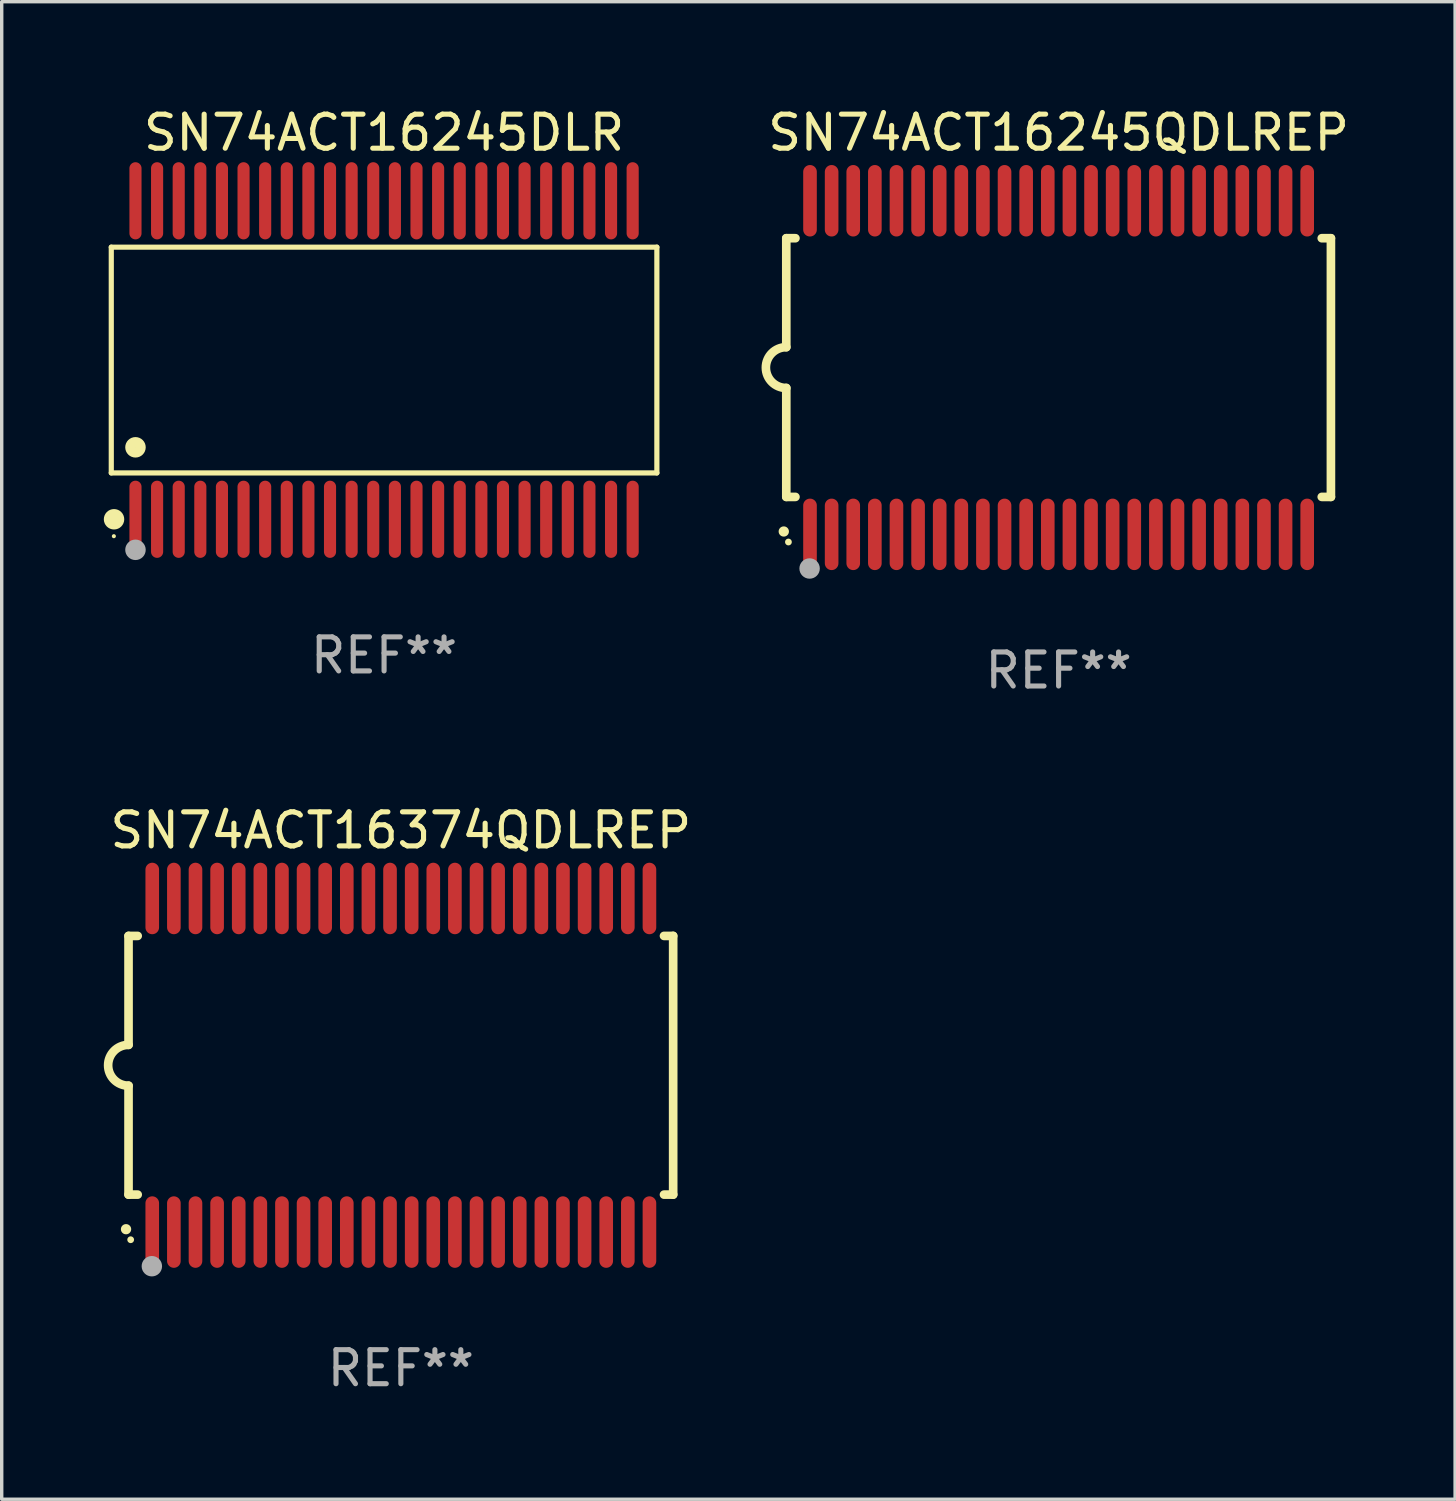
<source format=kicad_pcb>
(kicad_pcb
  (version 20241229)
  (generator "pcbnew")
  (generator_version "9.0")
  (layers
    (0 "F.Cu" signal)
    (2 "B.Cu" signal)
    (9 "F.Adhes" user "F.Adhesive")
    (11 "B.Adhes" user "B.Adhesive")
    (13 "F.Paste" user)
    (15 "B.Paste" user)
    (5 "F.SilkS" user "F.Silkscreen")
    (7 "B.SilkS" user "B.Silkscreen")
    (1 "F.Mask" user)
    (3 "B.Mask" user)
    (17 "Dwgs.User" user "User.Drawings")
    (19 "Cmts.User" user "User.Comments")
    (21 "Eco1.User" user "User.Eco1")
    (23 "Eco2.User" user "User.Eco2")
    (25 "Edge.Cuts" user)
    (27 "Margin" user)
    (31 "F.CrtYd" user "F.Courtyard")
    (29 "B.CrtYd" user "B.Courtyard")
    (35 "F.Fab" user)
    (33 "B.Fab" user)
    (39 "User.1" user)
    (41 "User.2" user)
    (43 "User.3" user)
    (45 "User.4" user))
  (footprint "SN74ACT16245DLR"
    (layer "F.Cu")
    (at 8.233 7.527)
    (property "Reference" "SN74ACT16245DLR" (at 0 -6.678 0) (layer "F.SilkS") (effects (font (size 1 1) (thickness 0.15))))
    (attr through_hole)
    (fp_line (start -8.014 -3.316) (end 8.014 -3.316) (stroke (width 0.152) (type solid)) (layer "F.SilkS"))
    (fp_line (start -8.014 3.316) (end -8.014 -3.316) (stroke (width 0.152) (type solid)) (layer "F.SilkS"))
    (fp_line (start 8.014 -3.316) (end 8.014 3.316) (stroke (width 0.152) (type solid)) (layer "F.SilkS"))
    (fp_line (start 8.014 3.316) (end -8.014 3.316) (stroke (width 0.152) (type solid)) (layer "F.SilkS"))
    (fp_circle (center -7.938 5.175) (end -7.908 5.175) (stroke (width 0.06) (type solid)) (fill no) (layer "F.SilkS"))
    (fp_circle (center -7.933 4.678) (end -7.783 4.678) (stroke (width 0.3) (type solid)) (fill no) (layer "F.SilkS"))
    (fp_circle (center -7.303 2.564) (end -7.152 2.564) (stroke (width 0.3) (type solid)) (fill no) (layer "F.SilkS"))
    (fp_circle (center -7.303 5.575) (end -7.152 5.575) (stroke (width 0.3) (type solid)) (fill no) (layer "F.Fab"))
    (fp_text user "REF**" (at 0 8.678 0) (layer "F.Fab") (effects (font (size 1 1) (thickness 0.15))))
    (pad "1" smd oval (at -7.303 4.678) (size 0.356 2.267) (layers "F.Cu" "F.Mask" "F.Paste"))
    (pad "2" smd oval (at -6.668 4.678) (size 0.356 2.267) (layers "F.Cu" "F.Mask" "F.Paste"))
    (pad "3" smd oval (at -6.033 4.678) (size 0.356 2.267) (layers "F.Cu" "F.Mask" "F.Paste"))
    (pad "4" smd oval (at -5.398 4.678) (size 0.356 2.267) (layers "F.Cu" "F.Mask" "F.Paste"))
    (pad "5" smd oval (at -4.763 4.678) (size 0.356 2.267) (layers "F.Cu" "F.Mask" "F.Paste"))
    (pad "6" smd oval (at -4.128 4.678) (size 0.356 2.267) (layers "F.Cu" "F.Mask" "F.Paste"))
    (pad "7" smd oval (at -3.493 4.678) (size 0.356 2.267) (layers "F.Cu" "F.Mask" "F.Paste"))
    (pad "8" smd oval (at -2.858 4.678) (size 0.356 2.267) (layers "F.Cu" "F.Mask" "F.Paste"))
    (pad "9" smd oval (at -2.223 4.678) (size 0.356 2.267) (layers "F.Cu" "F.Mask" "F.Paste"))
    (pad "10" smd oval (at -1.588 4.678) (size 0.356 2.267) (layers "F.Cu" "F.Mask" "F.Paste"))
    (pad "11" smd oval (at -0.953 4.678) (size 0.356 2.267) (layers "F.Cu" "F.Mask" "F.Paste"))
    (pad "12" smd oval (at -0.318 4.678) (size 0.356 2.267) (layers "F.Cu" "F.Mask" "F.Paste"))
    (pad "13" smd oval (at 0.318 4.678) (size 0.356 2.267) (layers "F.Cu" "F.Mask" "F.Paste"))
    (pad "14" smd oval (at 0.953 4.678) (size 0.356 2.267) (layers "F.Cu" "F.Mask" "F.Paste"))
    (pad "15" smd oval (at 1.588 4.678) (size 0.356 2.267) (layers "F.Cu" "F.Mask" "F.Paste"))
    (pad "16" smd oval (at 2.223 4.678) (size 0.356 2.267) (layers "F.Cu" "F.Mask" "F.Paste"))
    (pad "17" smd oval (at 2.858 4.678) (size 0.356 2.267) (layers "F.Cu" "F.Mask" "F.Paste"))
    (pad "18" smd oval (at 3.493 4.678) (size 0.356 2.267) (layers "F.Cu" "F.Mask" "F.Paste"))
    (pad "19" smd oval (at 4.128 4.678) (size 0.356 2.267) (layers "F.Cu" "F.Mask" "F.Paste"))
    (pad "20" smd oval (at 4.763 4.678) (size 0.356 2.267) (layers "F.Cu" "F.Mask" "F.Paste"))
    (pad "21" smd oval (at 5.398 4.678) (size 0.356 2.267) (layers "F.Cu" "F.Mask" "F.Paste"))
    (pad "22" smd oval (at 6.033 4.678) (size 0.356 2.267) (layers "F.Cu" "F.Mask" "F.Paste"))
    (pad "23" smd oval (at 6.668 4.678) (size 0.356 2.267) (layers "F.Cu" "F.Mask" "F.Paste"))
    (pad "24" smd oval (at 7.303 4.678) (size 0.356 2.267) (layers "F.Cu" "F.Mask" "F.Paste"))
    (pad "25" smd oval (at 7.303 -4.678) (size 0.356 2.267) (layers "F.Cu" "F.Mask" "F.Paste"))
    (pad "26" smd oval (at 6.668 -4.678) (size 0.356 2.267) (layers "F.Cu" "F.Mask" "F.Paste"))
    (pad "27" smd oval (at 6.033 -4.678) (size 0.356 2.267) (layers "F.Cu" "F.Mask" "F.Paste"))
    (pad "28" smd oval (at 5.398 -4.678) (size 0.356 2.267) (layers "F.Cu" "F.Mask" "F.Paste"))
    (pad "29" smd oval (at 4.763 -4.678) (size 0.356 2.267) (layers "F.Cu" "F.Mask" "F.Paste"))
    (pad "30" smd oval (at 4.128 -4.678) (size 0.356 2.267) (layers "F.Cu" "F.Mask" "F.Paste"))
    (pad "31" smd oval (at 3.493 -4.678) (size 0.356 2.267) (layers "F.Cu" "F.Mask" "F.Paste"))
    (pad "32" smd oval (at 2.858 -4.678) (size 0.356 2.267) (layers "F.Cu" "F.Mask" "F.Paste"))
    (pad "33" smd oval (at 2.223 -4.678) (size 0.356 2.267) (layers "F.Cu" "F.Mask" "F.Paste"))
    (pad "34" smd oval (at 1.588 -4.678) (size 0.356 2.267) (layers "F.Cu" "F.Mask" "F.Paste"))
    (pad "35" smd oval (at 0.953 -4.678) (size 0.356 2.267) (layers "F.Cu" "F.Mask" "F.Paste"))
    (pad "36" smd oval (at 0.318 -4.678) (size 0.356 2.267) (layers "F.Cu" "F.Mask" "F.Paste"))
    (pad "37" smd oval (at -0.318 -4.678) (size 0.356 2.267) (layers "F.Cu" "F.Mask" "F.Paste"))
    (pad "38" smd oval (at -0.953 -4.678) (size 0.356 2.267) (layers "F.Cu" "F.Mask" "F.Paste"))
    (pad "39" smd oval (at -1.588 -4.678) (size 0.356 2.267) (layers "F.Cu" "F.Mask" "F.Paste"))
    (pad "40" smd oval (at -2.223 -4.678) (size 0.356 2.267) (layers "F.Cu" "F.Mask" "F.Paste"))
    (pad "41" smd oval (at -2.858 -4.678) (size 0.356 2.267) (layers "F.Cu" "F.Mask" "F.Paste"))
    (pad "42" smd oval (at -3.493 -4.678) (size 0.356 2.267) (layers "F.Cu" "F.Mask" "F.Paste"))
    (pad "43" smd oval (at -4.128 -4.678) (size 0.356 2.267) (layers "F.Cu" "F.Mask" "F.Paste"))
    (pad "44" smd oval (at -4.763 -4.678) (size 0.356 2.267) (layers "F.Cu" "F.Mask" "F.Paste"))
    (pad "45" smd oval (at -5.398 -4.678) (size 0.356 2.267) (layers "F.Cu" "F.Mask" "F.Paste"))
    (pad "46" smd oval (at -6.033 -4.678) (size 0.356 2.267) (layers "F.Cu" "F.Mask" "F.Paste"))
    (pad "47" smd oval (at -6.668 -4.678) (size 0.356 2.267) (layers "F.Cu" "F.Mask" "F.Paste"))
    (pad "48" smd oval (at -7.303 -4.678) (size 0.356 2.267) (layers "F.Cu" "F.Mask" "F.Paste")))
  (footprint "SN74ACT16245QDLREP"
    (layer "F.Cu")
    (at 28.049 7.748)
    (property "Reference" "SN74ACT16245QDLREP" (at 0 -6.9 0) (layer "F.SilkS") (effects (font (size 1 1) (thickness 0.15))))
    (attr through_hole)
    (fp_line (start -8 -3.8) (end -8 -0.599) (stroke (width 0.254) (type solid)) (layer "F.SilkS"))
    (fp_line (start -8 -3.8) (end -7.731 -3.8) (stroke (width 0.254) (type solid)) (layer "F.SilkS"))
    (fp_line (start -8 3.8) (end -8 0.599) (stroke (width 0.254) (type solid)) (layer "F.SilkS"))
    (fp_line (start -7.731 3.8) (end -8 3.8) (stroke (width 0.254) (type solid)) (layer "F.SilkS"))
    (fp_line (start 7.731 -3.8) (end 8 -3.8) (stroke (width 0.254) (type solid)) (layer "F.SilkS"))
    (fp_line (start 8 -3.8) (end 8 3.8) (stroke (width 0.254) (type solid)) (layer "F.SilkS"))
    (fp_line (start 8 3.8) (end 7.731 3.8) (stroke (width 0.254) (type solid)) (layer "F.SilkS"))
    (fp_arc (start -8.074676 4.81585) (mid -8.073406 4.815845) (end -8.072136 4.81585) (stroke (width 0.3) (type solid)) (layer "F.SilkS"))
    (fp_arc (start -8.000025 0.6) (mid -8.598908 0.00056) (end -8.000027 -0.598882) (stroke (width 0.254001) (type solid)) (layer "F.SilkS"))
    (fp_circle (center -7.937 5.125) (end -7.887 5.125) (stroke (width 0.1) (type solid)) (fill no) (layer "F.SilkS"))
    (fp_circle (center -7.315 5.903) (end -7.165 5.903) (stroke (width 0.3) (type solid)) (fill no) (layer "F.Fab"))
    (fp_text user "REF**" (at 0 8.9 0) (layer "F.Fab") (effects (font (size 1 1) (thickness 0.15))))
    (pad "1" smd oval (at -7.303 4.9) (size 0.4 2.1) (layers "F.Cu" "F.Mask" "F.Paste"))
    (pad "2" smd oval (at -6.668 4.9) (size 0.4 2.1) (layers "F.Cu" "F.Mask" "F.Paste"))
    (pad "3" smd oval (at -6.033 4.9) (size 0.4 2.1) (layers "F.Cu" "F.Mask" "F.Paste"))
    (pad "4" smd oval (at -5.398 4.9) (size 0.4 2.1) (layers "F.Cu" "F.Mask" "F.Paste"))
    (pad "5" smd oval (at -4.763 4.9) (size 0.4 2.1) (layers "F.Cu" "F.Mask" "F.Paste"))
    (pad "6" smd oval (at -4.128 4.9) (size 0.4 2.1) (layers "F.Cu" "F.Mask" "F.Paste"))
    (pad "7" smd oval (at -3.493 4.9) (size 0.4 2.1) (layers "F.Cu" "F.Mask" "F.Paste"))
    (pad "8" smd oval (at -2.858 4.9) (size 0.4 2.1) (layers "F.Cu" "F.Mask" "F.Paste"))
    (pad "9" smd oval (at -2.223 4.9) (size 0.4 2.1) (layers "F.Cu" "F.Mask" "F.Paste"))
    (pad "10" smd oval (at -1.588 4.9) (size 0.4 2.1) (layers "F.Cu" "F.Mask" "F.Paste"))
    (pad "11" smd oval (at -0.953 4.9) (size 0.4 2.1) (layers "F.Cu" "F.Mask" "F.Paste"))
    (pad "12" smd oval (at -0.318 4.9) (size 0.4 2.1) (layers "F.Cu" "F.Mask" "F.Paste"))
    (pad "13" smd oval (at 0.318 4.9) (size 0.4 2.1) (layers "F.Cu" "F.Mask" "F.Paste"))
    (pad "14" smd oval (at 0.953 4.9) (size 0.4 2.1) (layers "F.Cu" "F.Mask" "F.Paste"))
    (pad "15" smd oval (at 1.588 4.9) (size 0.4 2.1) (layers "F.Cu" "F.Mask" "F.Paste"))
    (pad "16" smd oval (at 2.223 4.9) (size 0.4 2.1) (layers "F.Cu" "F.Mask" "F.Paste"))
    (pad "17" smd oval (at 2.858 4.9) (size 0.4 2.1) (layers "F.Cu" "F.Mask" "F.Paste"))
    (pad "18" smd oval (at 3.493 4.9) (size 0.4 2.1) (layers "F.Cu" "F.Mask" "F.Paste"))
    (pad "19" smd oval (at 4.128 4.9) (size 0.4 2.1) (layers "F.Cu" "F.Mask" "F.Paste"))
    (pad "20" smd oval (at 4.763 4.9) (size 0.4 2.1) (layers "F.Cu" "F.Mask" "F.Paste"))
    (pad "21" smd oval (at 5.398 4.9) (size 0.4 2.1) (layers "F.Cu" "F.Mask" "F.Paste"))
    (pad "22" smd oval (at 6.033 4.9) (size 0.4 2.1) (layers "F.Cu" "F.Mask" "F.Paste"))
    (pad "23" smd oval (at 6.668 4.9) (size 0.4 2.1) (layers "F.Cu" "F.Mask" "F.Paste"))
    (pad "24" smd oval (at 7.303 4.9) (size 0.4 2.1) (layers "F.Cu" "F.Mask" "F.Paste"))
    (pad "25" smd oval (at 7.303 -4.9 180) (size 0.4 2.1) (layers "F.Cu" "F.Mask" "F.Paste"))
    (pad "26" smd oval (at 6.668 -4.9 180) (size 0.4 2.1) (layers "F.Cu" "F.Mask" "F.Paste"))
    (pad "27" smd oval (at 6.033 -4.9 180) (size 0.4 2.1) (layers "F.Cu" "F.Mask" "F.Paste"))
    (pad "28" smd oval (at 5.398 -4.9 180) (size 0.4 2.1) (layers "F.Cu" "F.Mask" "F.Paste"))
    (pad "29" smd oval (at 4.763 -4.9 180) (size 0.4 2.1) (layers "F.Cu" "F.Mask" "F.Paste"))
    (pad "30" smd oval (at 4.128 -4.9 180) (size 0.4 2.1) (layers "F.Cu" "F.Mask" "F.Paste"))
    (pad "31" smd oval (at 3.493 -4.9 180) (size 0.4 2.1) (layers "F.Cu" "F.Mask" "F.Paste"))
    (pad "32" smd oval (at 2.858 -4.9 180) (size 0.4 2.1) (layers "F.Cu" "F.Mask" "F.Paste"))
    (pad "33" smd oval (at 2.223 -4.9 180) (size 0.4 2.1) (layers "F.Cu" "F.Mask" "F.Paste"))
    (pad "34" smd oval (at 1.588 -4.9 180) (size 0.4 2.1) (layers "F.Cu" "F.Mask" "F.Paste"))
    (pad "35" smd oval (at 0.953 -4.9 180) (size 0.4 2.1) (layers "F.Cu" "F.Mask" "F.Paste"))
    (pad "36" smd oval (at 0.318 -4.9 180) (size 0.4 2.1) (layers "F.Cu" "F.Mask" "F.Paste"))
    (pad "37" smd oval (at -0.318 -4.9 180) (size 0.4 2.1) (layers "F.Cu" "F.Mask" "F.Paste"))
    (pad "38" smd oval (at -0.953 -4.9 180) (size 0.4 2.1) (layers "F.Cu" "F.Mask" "F.Paste"))
    (pad "39" smd oval (at -1.588 -4.9 180) (size 0.4 2.1) (layers "F.Cu" "F.Mask" "F.Paste"))
    (pad "40" smd oval (at -2.223 -4.9 180) (size 0.4 2.1) (layers "F.Cu" "F.Mask" "F.Paste"))
    (pad "41" smd oval (at -2.858 -4.9 180) (size 0.4 2.1) (layers "F.Cu" "F.Mask" "F.Paste"))
    (pad "42" smd oval (at -3.493 -4.9 180) (size 0.4 2.1) (layers "F.Cu" "F.Mask" "F.Paste"))
    (pad "43" smd oval (at -4.128 -4.9 180) (size 0.4 2.1) (layers "F.Cu" "F.Mask" "F.Paste"))
    (pad "44" smd oval (at -4.763 -4.9 180) (size 0.4 2.1) (layers "F.Cu" "F.Mask" "F.Paste"))
    (pad "45" smd oval (at -5.398 -4.9 180) (size 0.4 2.1) (layers "F.Cu" "F.Mask" "F.Paste"))
    (pad "46" smd oval (at -6.033 -4.9 180) (size 0.4 2.1) (layers "F.Cu" "F.Mask" "F.Paste"))
    (pad "47" smd oval (at -6.668 -4.9 180) (size 0.4 2.1) (layers "F.Cu" "F.Mask" "F.Paste"))
    (pad "48" smd oval (at -7.303 -4.9 180) (size 0.4 2.1) (layers "F.Cu" "F.Mask" "F.Paste")))
  (footprint "SN74ACT16374QDLREP"
    (layer "F.Cu")
    (at 8.726 28.245)
    (property "Reference" "SN74ACT16374QDLREP" (at 0 -6.9 0) (layer "F.SilkS") (effects (font (size 1 1) (thickness 0.15))))
    (attr through_hole)
    (fp_line (start -8 -3.8) (end -8 -0.599) (stroke (width 0.254) (type solid)) (layer "F.SilkS"))
    (fp_line (start -8 -3.8) (end -7.731 -3.8) (stroke (width 0.254) (type solid)) (layer "F.SilkS"))
    (fp_line (start -8 3.8) (end -8 0.599) (stroke (width 0.254) (type solid)) (layer "F.SilkS"))
    (fp_line (start -7.731 3.8) (end -8 3.8) (stroke (width 0.254) (type solid)) (layer "F.SilkS"))
    (fp_line (start 7.731 -3.8) (end 8 -3.8) (stroke (width 0.254) (type solid)) (layer "F.SilkS"))
    (fp_line (start 8 -3.8) (end 8 3.8) (stroke (width 0.254) (type solid)) (layer "F.SilkS"))
    (fp_line (start 8 3.8) (end 7.731 3.8) (stroke (width 0.254) (type solid)) (layer "F.SilkS"))
    (fp_arc (start -8.074676 4.81585) (mid -8.073406 4.815845) (end -8.072136 4.81585) (stroke (width 0.3) (type solid)) (layer "F.SilkS"))
    (fp_arc (start -8.000025 0.6) (mid -8.598908 0.00056) (end -8.000027 -0.598882) (stroke (width 0.254001) (type solid)) (layer "F.SilkS"))
    (fp_circle (center -7.937 5.125) (end -7.887 5.125) (stroke (width 0.1) (type solid)) (fill no) (layer "F.SilkS"))
    (fp_circle (center -7.315 5.903) (end -7.165 5.903) (stroke (width 0.3) (type solid)) (fill no) (layer "F.Fab"))
    (fp_text user "REF**" (at 0 8.9 0) (layer "F.Fab") (effects (font (size 1 1) (thickness 0.15))))
    (pad "1" smd oval (at -7.303 4.9) (size 0.4 2.1) (layers "F.Cu" "F.Mask" "F.Paste"))
    (pad "2" smd oval (at -6.668 4.9) (size 0.4 2.1) (layers "F.Cu" "F.Mask" "F.Paste"))
    (pad "3" smd oval (at -6.033 4.9) (size 0.4 2.1) (layers "F.Cu" "F.Mask" "F.Paste"))
    (pad "4" smd oval (at -5.398 4.9) (size 0.4 2.1) (layers "F.Cu" "F.Mask" "F.Paste"))
    (pad "5" smd oval (at -4.763 4.9) (size 0.4 2.1) (layers "F.Cu" "F.Mask" "F.Paste"))
    (pad "6" smd oval (at -4.128 4.9) (size 0.4 2.1) (layers "F.Cu" "F.Mask" "F.Paste"))
    (pad "7" smd oval (at -3.493 4.9) (size 0.4 2.1) (layers "F.Cu" "F.Mask" "F.Paste"))
    (pad "8" smd oval (at -2.858 4.9) (size 0.4 2.1) (layers "F.Cu" "F.Mask" "F.Paste"))
    (pad "9" smd oval (at -2.223 4.9) (size 0.4 2.1) (layers "F.Cu" "F.Mask" "F.Paste"))
    (pad "10" smd oval (at -1.588 4.9) (size 0.4 2.1) (layers "F.Cu" "F.Mask" "F.Paste"))
    (pad "11" smd oval (at -0.953 4.9) (size 0.4 2.1) (layers "F.Cu" "F.Mask" "F.Paste"))
    (pad "12" smd oval (at -0.318 4.9) (size 0.4 2.1) (layers "F.Cu" "F.Mask" "F.Paste"))
    (pad "13" smd oval (at 0.318 4.9) (size 0.4 2.1) (layers "F.Cu" "F.Mask" "F.Paste"))
    (pad "14" smd oval (at 0.953 4.9) (size 0.4 2.1) (layers "F.Cu" "F.Mask" "F.Paste"))
    (pad "15" smd oval (at 1.588 4.9) (size 0.4 2.1) (layers "F.Cu" "F.Mask" "F.Paste"))
    (pad "16" smd oval (at 2.223 4.9) (size 0.4 2.1) (layers "F.Cu" "F.Mask" "F.Paste"))
    (pad "17" smd oval (at 2.858 4.9) (size 0.4 2.1) (layers "F.Cu" "F.Mask" "F.Paste"))
    (pad "18" smd oval (at 3.493 4.9) (size 0.4 2.1) (layers "F.Cu" "F.Mask" "F.Paste"))
    (pad "19" smd oval (at 4.128 4.9) (size 0.4 2.1) (layers "F.Cu" "F.Mask" "F.Paste"))
    (pad "20" smd oval (at 4.763 4.9) (size 0.4 2.1) (layers "F.Cu" "F.Mask" "F.Paste"))
    (pad "21" smd oval (at 5.398 4.9) (size 0.4 2.1) (layers "F.Cu" "F.Mask" "F.Paste"))
    (pad "22" smd oval (at 6.033 4.9) (size 0.4 2.1) (layers "F.Cu" "F.Mask" "F.Paste"))
    (pad "23" smd oval (at 6.668 4.9) (size 0.4 2.1) (layers "F.Cu" "F.Mask" "F.Paste"))
    (pad "24" smd oval (at 7.303 4.9) (size 0.4 2.1) (layers "F.Cu" "F.Mask" "F.Paste"))
    (pad "25" smd oval (at 7.303 -4.9 180) (size 0.4 2.1) (layers "F.Cu" "F.Mask" "F.Paste"))
    (pad "26" smd oval (at 6.668 -4.9 180) (size 0.4 2.1) (layers "F.Cu" "F.Mask" "F.Paste"))
    (pad "27" smd oval (at 6.033 -4.9 180) (size 0.4 2.1) (layers "F.Cu" "F.Mask" "F.Paste"))
    (pad "28" smd oval (at 5.398 -4.9 180) (size 0.4 2.1) (layers "F.Cu" "F.Mask" "F.Paste"))
    (pad "29" smd oval (at 4.763 -4.9 180) (size 0.4 2.1) (layers "F.Cu" "F.Mask" "F.Paste"))
    (pad "30" smd oval (at 4.128 -4.9 180) (size 0.4 2.1) (layers "F.Cu" "F.Mask" "F.Paste"))
    (pad "31" smd oval (at 3.493 -4.9 180) (size 0.4 2.1) (layers "F.Cu" "F.Mask" "F.Paste"))
    (pad "32" smd oval (at 2.858 -4.9 180) (size 0.4 2.1) (layers "F.Cu" "F.Mask" "F.Paste"))
    (pad "33" smd oval (at 2.223 -4.9 180) (size 0.4 2.1) (layers "F.Cu" "F.Mask" "F.Paste"))
    (pad "34" smd oval (at 1.588 -4.9 180) (size 0.4 2.1) (layers "F.Cu" "F.Mask" "F.Paste"))
    (pad "35" smd oval (at 0.953 -4.9 180) (size 0.4 2.1) (layers "F.Cu" "F.Mask" "F.Paste"))
    (pad "36" smd oval (at 0.318 -4.9 180) (size 0.4 2.1) (layers "F.Cu" "F.Mask" "F.Paste"))
    (pad "37" smd oval (at -0.318 -4.9 180) (size 0.4 2.1) (layers "F.Cu" "F.Mask" "F.Paste"))
    (pad "38" smd oval (at -0.953 -4.9 180) (size 0.4 2.1) (layers "F.Cu" "F.Mask" "F.Paste"))
    (pad "39" smd oval (at -1.588 -4.9 180) (size 0.4 2.1) (layers "F.Cu" "F.Mask" "F.Paste"))
    (pad "40" smd oval (at -2.223 -4.9 180) (size 0.4 2.1) (layers "F.Cu" "F.Mask" "F.Paste"))
    (pad "41" smd oval (at -2.858 -4.9 180) (size 0.4 2.1) (layers "F.Cu" "F.Mask" "F.Paste"))
    (pad "42" smd oval (at -3.493 -4.9 180) (size 0.4 2.1) (layers "F.Cu" "F.Mask" "F.Paste"))
    (pad "43" smd oval (at -4.128 -4.9 180) (size 0.4 2.1) (layers "F.Cu" "F.Mask" "F.Paste"))
    (pad "44" smd oval (at -4.763 -4.9 180) (size 0.4 2.1) (layers "F.Cu" "F.Mask" "F.Paste"))
    (pad "45" smd oval (at -5.398 -4.9 180) (size 0.4 2.1) (layers "F.Cu" "F.Mask" "F.Paste"))
    (pad "46" smd oval (at -6.033 -4.9 180) (size 0.4 2.1) (layers "F.Cu" "F.Mask" "F.Paste"))
    (pad "47" smd oval (at -6.668 -4.9 180) (size 0.4 2.1) (layers "F.Cu" "F.Mask" "F.Paste"))
    (pad "48" smd oval (at -7.303 -4.9 180) (size 0.4 2.1) (layers "F.Cu" "F.Mask" "F.Paste")))
  (gr_rect
    (start -3 -3)
    (end 39.697 40.993)
    (stroke (width 0.1) (type default))
    (fill no)
    (layer "Edge.Cuts")))
</source>
